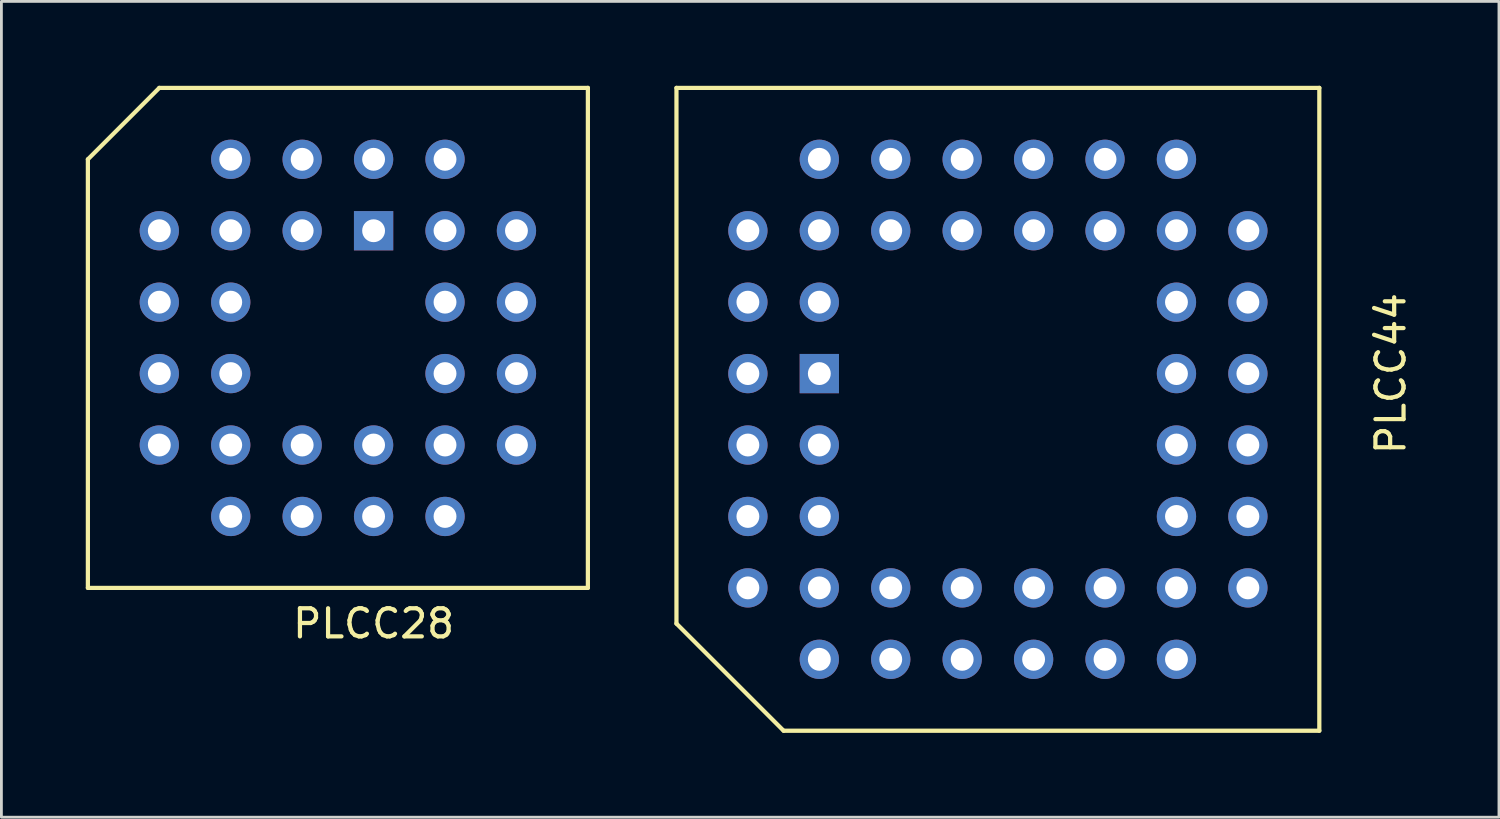
<source format=kicad_pcb>
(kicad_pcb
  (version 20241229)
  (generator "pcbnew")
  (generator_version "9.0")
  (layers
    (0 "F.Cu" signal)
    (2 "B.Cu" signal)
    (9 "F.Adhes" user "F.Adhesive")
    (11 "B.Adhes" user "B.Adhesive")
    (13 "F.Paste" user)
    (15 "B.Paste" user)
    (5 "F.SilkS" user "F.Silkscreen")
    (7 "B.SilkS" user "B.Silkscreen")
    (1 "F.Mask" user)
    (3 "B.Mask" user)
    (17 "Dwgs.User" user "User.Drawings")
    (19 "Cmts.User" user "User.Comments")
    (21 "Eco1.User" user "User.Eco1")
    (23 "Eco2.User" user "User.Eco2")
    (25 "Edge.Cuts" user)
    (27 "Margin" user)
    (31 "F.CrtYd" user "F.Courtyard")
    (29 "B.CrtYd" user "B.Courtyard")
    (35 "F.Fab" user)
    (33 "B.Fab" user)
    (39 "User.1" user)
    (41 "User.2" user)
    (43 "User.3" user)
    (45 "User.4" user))
  (footprint "PLCC28"
    (layer "F.Cu")
    (at 8.965 8.965)
    (property "Reference" "PLCC28" (at 1.27 10.16 0) (layer "F.SilkS") (effects (font (size 1 1) (thickness 0.15))))
    (attr through_hole)
    (fp_line (start -8.89 -6.35) (end -8.89 8.89) (stroke (width 0.15) (type solid)) (layer "F.SilkS"))
    (fp_line (start -8.89 8.89) (end 8.89 8.89) (stroke (width 0.15) (type solid)) (layer "F.SilkS"))
    (fp_line (start -6.35 -8.89) (end -8.89 -6.35) (stroke (width 0.15) (type solid)) (layer "F.SilkS"))
    (fp_line (start 8.89 -8.89) (end -6.35 -8.89) (stroke (width 0.15) (type solid)) (layer "F.SilkS"))
    (fp_line (start 8.89 8.89) (end 8.89 -8.89) (stroke (width 0.15) (type solid)) (layer "F.SilkS"))
    (pad "1" thru_hole rect (at 1.27 -3.81) (size 1.397 1.397) (drill 0.813) (layers "*.Cu" "*.Mask"))
    (pad "2" thru_hole circle (at -1.27 -6.35) (size 1.397 1.397) (drill 0.813) (layers "*.Cu" "*.Mask"))
    (pad "3" thru_hole circle (at -1.27 -3.81) (size 1.397 1.397) (drill 0.813) (layers "*.Cu" "*.Mask"))
    (pad "4" thru_hole circle (at -3.81 -6.35) (size 1.397 1.397) (drill 0.813) (layers "*.Cu" "*.Mask"))
    (pad "5" thru_hole circle (at -6.35 -3.81) (size 1.397 1.397) (drill 0.813) (layers "*.Cu" "*.Mask"))
    (pad "6" thru_hole circle (at -3.81 -3.81) (size 1.397 1.397) (drill 0.813) (layers "*.Cu" "*.Mask"))
    (pad "7" thru_hole circle (at -6.35 -1.27) (size 1.397 1.397) (drill 0.813) (layers "*.Cu" "*.Mask"))
    (pad "8" thru_hole circle (at -3.81 -1.27) (size 1.397 1.397) (drill 0.813) (layers "*.Cu" "*.Mask"))
    (pad "9" thru_hole circle (at -6.35 1.27) (size 1.397 1.397) (drill 0.813) (layers "*.Cu" "*.Mask"))
    (pad "10" thru_hole circle (at -3.81 1.27) (size 1.397 1.397) (drill 0.813) (layers "*.Cu" "*.Mask"))
    (pad "11" thru_hole circle (at -6.35 3.81) (size 1.397 1.397) (drill 0.813) (layers "*.Cu" "*.Mask"))
    (pad "12" thru_hole circle (at -3.81 6.35) (size 1.397 1.397) (drill 0.813) (layers "*.Cu" "*.Mask"))
    (pad "13" thru_hole circle (at -3.81 3.81) (size 1.397 1.397) (drill 0.813) (layers "*.Cu" "*.Mask"))
    (pad "14" thru_hole circle (at -1.27 6.35) (size 1.397 1.397) (drill 0.813) (layers "*.Cu" "*.Mask"))
    (pad "15" thru_hole circle (at -1.27 3.81) (size 1.397 1.397) (drill 0.813) (layers "*.Cu" "*.Mask"))
    (pad "16" thru_hole circle (at 1.27 6.35) (size 1.397 1.397) (drill 0.813) (layers "*.Cu" "*.Mask"))
    (pad "17" thru_hole circle (at 1.27 3.81) (size 1.397 1.397) (drill 0.813) (layers "*.Cu" "*.Mask"))
    (pad "18" thru_hole circle (at 3.81 6.35) (size 1.397 1.397) (drill 0.813) (layers "*.Cu" "*.Mask"))
    (pad "19" thru_hole circle (at 6.35 3.81) (size 1.397 1.397) (drill 0.813) (layers "*.Cu" "*.Mask"))
    (pad "20" thru_hole circle (at 3.81 3.81) (size 1.397 1.397) (drill 0.813) (layers "*.Cu" "*.Mask"))
    (pad "21" thru_hole circle (at 6.35 1.27) (size 1.397 1.397) (drill 0.813) (layers "*.Cu" "*.Mask"))
    (pad "22" thru_hole circle (at 3.81 1.27) (size 1.397 1.397) (drill 0.813) (layers "*.Cu" "*.Mask"))
    (pad "23" thru_hole circle (at 6.35 -1.27) (size 1.397 1.397) (drill 0.813) (layers "*.Cu" "*.Mask"))
    (pad "24" thru_hole circle (at 3.81 -1.27) (size 1.397 1.397) (drill 0.813) (layers "*.Cu" "*.Mask"))
    (pad "25" thru_hole circle (at 6.35 -3.81) (size 1.397 1.397) (drill 0.813) (layers "*.Cu" "*.Mask"))
    (pad "26" thru_hole circle (at 3.81 -6.35) (size 1.397 1.397) (drill 0.813) (layers "*.Cu" "*.Mask"))
    (pad "27" thru_hole circle (at 3.81 -3.81) (size 1.397 1.397) (drill 0.813) (layers "*.Cu" "*.Mask"))
    (pad "28" thru_hole circle (at 1.27 -6.35) (size 1.397 1.397) (drill 0.813) (layers "*.Cu" "*.Mask")))
  (footprint "PLCC44"
    (layer "F.Cu")
    (at 32.435 11.505)
    (property "Reference" "PLCC44" (at 13.97 -1.27 90) (layer "F.SilkS") (effects (font (size 1 1) (thickness 0.15))))
    (attr through_hole)
    (fp_line (start -11.43 -11.43) (end -11.43 7.62) (stroke (width 0.15) (type solid)) (layer "F.SilkS"))
    (fp_line (start -11.43 7.62) (end -7.62 11.43) (stroke (width 0.15) (type solid)) (layer "F.SilkS"))
    (fp_line (start -7.62 11.43) (end 11.43 11.43) (stroke (width 0.15) (type solid)) (layer "F.SilkS"))
    (fp_line (start 11.43 -11.43) (end -11.43 -11.43) (stroke (width 0.15) (type solid)) (layer "F.SilkS"))
    (fp_line (start 11.43 11.43) (end 11.43 -11.43) (stroke (width 0.15) (type solid)) (layer "F.SilkS"))
    (pad "1" thru_hole rect (at -6.35 -1.27) (size 1.397 1.397) (drill 0.813) (layers "*.Cu" "*.Mask"))
    (pad "2" thru_hole circle (at -8.89 1.27) (size 1.397 1.397) (drill 0.813) (layers "*.Cu" "*.Mask"))
    (pad "3" thru_hole circle (at -6.35 1.27) (size 1.397 1.397) (drill 0.813) (layers "*.Cu" "*.Mask"))
    (pad "4" thru_hole circle (at -8.89 3.81) (size 1.397 1.397) (drill 0.813) (layers "*.Cu" "*.Mask"))
    (pad "5" thru_hole circle (at -6.35 3.81) (size 1.397 1.397) (drill 0.813) (layers "*.Cu" "*.Mask"))
    (pad "6" thru_hole circle (at -8.89 6.35) (size 1.397 1.397) (drill 0.813) (layers "*.Cu" "*.Mask"))
    (pad "7" thru_hole circle (at -6.35 8.89) (size 1.397 1.397) (drill 0.813) (layers "*.Cu" "*.Mask"))
    (pad "8" thru_hole circle (at -6.35 6.35) (size 1.397 1.397) (drill 0.813) (layers "*.Cu" "*.Mask"))
    (pad "9" thru_hole circle (at -3.81 8.89) (size 1.397 1.397) (drill 0.813) (layers "*.Cu" "*.Mask"))
    (pad "10" thru_hole circle (at -3.81 6.35) (size 1.397 1.397) (drill 0.813) (layers "*.Cu" "*.Mask"))
    (pad "11" thru_hole circle (at -1.27 8.89) (size 1.397 1.397) (drill 0.813) (layers "*.Cu" "*.Mask"))
    (pad "12" thru_hole circle (at -1.27 6.35) (size 1.397 1.397) (drill 0.813) (layers "*.Cu" "*.Mask"))
    (pad "13" thru_hole circle (at 1.27 8.89) (size 1.397 1.397) (drill 0.813) (layers "*.Cu" "*.Mask"))
    (pad "14" thru_hole circle (at 1.27 6.35) (size 1.397 1.397) (drill 0.813) (layers "*.Cu" "*.Mask"))
    (pad "15" thru_hole circle (at 3.81 8.89) (size 1.397 1.397) (drill 0.813) (layers "*.Cu" "*.Mask"))
    (pad "16" thru_hole circle (at 3.81 6.35) (size 1.397 1.397) (drill 0.813) (layers "*.Cu" "*.Mask"))
    (pad "17" thru_hole circle (at 6.35 8.89) (size 1.397 1.397) (drill 0.813) (layers "*.Cu" "*.Mask"))
    (pad "18" thru_hole circle (at 8.89 6.35) (size 1.397 1.397) (drill 0.813) (layers "*.Cu" "*.Mask"))
    (pad "19" thru_hole circle (at 6.35 6.35) (size 1.397 1.397) (drill 0.813) (layers "*.Cu" "*.Mask"))
    (pad "20" thru_hole circle (at 8.89 3.81) (size 1.397 1.397) (drill 0.813) (layers "*.Cu" "*.Mask"))
    (pad "21" thru_hole circle (at 6.35 3.81) (size 1.397 1.397) (drill 0.813) (layers "*.Cu" "*.Mask"))
    (pad "22" thru_hole circle (at 8.89 1.27) (size 1.397 1.397) (drill 0.813) (layers "*.Cu" "*.Mask"))
    (pad "23" thru_hole circle (at 6.35 1.27) (size 1.397 1.397) (drill 0.813) (layers "*.Cu" "*.Mask"))
    (pad "24" thru_hole circle (at 8.89 -1.27) (size 1.397 1.397) (drill 0.813) (layers "*.Cu" "*.Mask"))
    (pad "25" thru_hole circle (at 6.35 -1.27) (size 1.397 1.397) (drill 0.813) (layers "*.Cu" "*.Mask"))
    (pad "26" thru_hole circle (at 8.89 -3.81) (size 1.397 1.397) (drill 0.813) (layers "*.Cu" "*.Mask"))
    (pad "27" thru_hole circle (at 6.35 -3.81) (size 1.397 1.397) (drill 0.813) (layers "*.Cu" "*.Mask"))
    (pad "28" thru_hole circle (at 8.89 -6.35) (size 1.397 1.397) (drill 0.813) (layers "*.Cu" "*.Mask"))
    (pad "29" thru_hole circle (at 6.35 -8.89) (size 1.397 1.397) (drill 0.813) (layers "*.Cu" "*.Mask"))
    (pad "30" thru_hole circle (at 6.35 -6.35) (size 1.397 1.397) (drill 0.813) (layers "*.Cu" "*.Mask"))
    (pad "31" thru_hole circle (at 3.81 -8.89) (size 1.397 1.397) (drill 0.813) (layers "*.Cu" "*.Mask"))
    (pad "32" thru_hole circle (at 3.81 -6.35) (size 1.397 1.397) (drill 0.813) (layers "*.Cu" "*.Mask"))
    (pad "33" thru_hole circle (at 1.27 -8.89) (size 1.397 1.397) (drill 0.813) (layers "*.Cu" "*.Mask"))
    (pad "34" thru_hole circle (at 1.27 -6.35) (size 1.397 1.397) (drill 0.813) (layers "*.Cu" "*.Mask"))
    (pad "35" thru_hole circle (at -1.27 -8.89) (size 1.397 1.397) (drill 0.813) (layers "*.Cu" "*.Mask"))
    (pad "36" thru_hole circle (at -1.27 -6.35) (size 1.397 1.397) (drill 0.813) (layers "*.Cu" "*.Mask"))
    (pad "37" thru_hole circle (at -3.81 -8.89) (size 1.397 1.397) (drill 0.813) (layers "*.Cu" "*.Mask"))
    (pad "38" thru_hole circle (at -3.81 -6.35) (size 1.397 1.397) (drill 0.813) (layers "*.Cu" "*.Mask"))
    (pad "39" thru_hole circle (at -6.35 -8.89) (size 1.397 1.397) (drill 0.813) (layers "*.Cu" "*.Mask"))
    (pad "40" thru_hole circle (at -8.89 -6.35) (size 1.397 1.397) (drill 0.813) (layers "*.Cu" "*.Mask"))
    (pad "41" thru_hole circle (at -6.35 -6.35) (size 1.397 1.397) (drill 0.813) (layers "*.Cu" "*.Mask"))
    (pad "42" thru_hole circle (at -8.89 -3.81) (size 1.397 1.397) (drill 0.813) (layers "*.Cu" "*.Mask"))
    (pad "43" thru_hole circle (at -6.35 -3.81) (size 1.397 1.397) (drill 0.813) (layers "*.Cu" "*.Mask"))
    (pad "44" thru_hole circle (at -8.89 -1.27) (size 1.397 1.397) (drill 0.813) (layers "*.Cu" "*.Mask")))
  (gr_rect
    (start -3 -3)
    (end 50.253 26.01)
    (stroke (width 0.1) (type default))
    (fill no)
    (layer "Edge.Cuts")))
</source>
